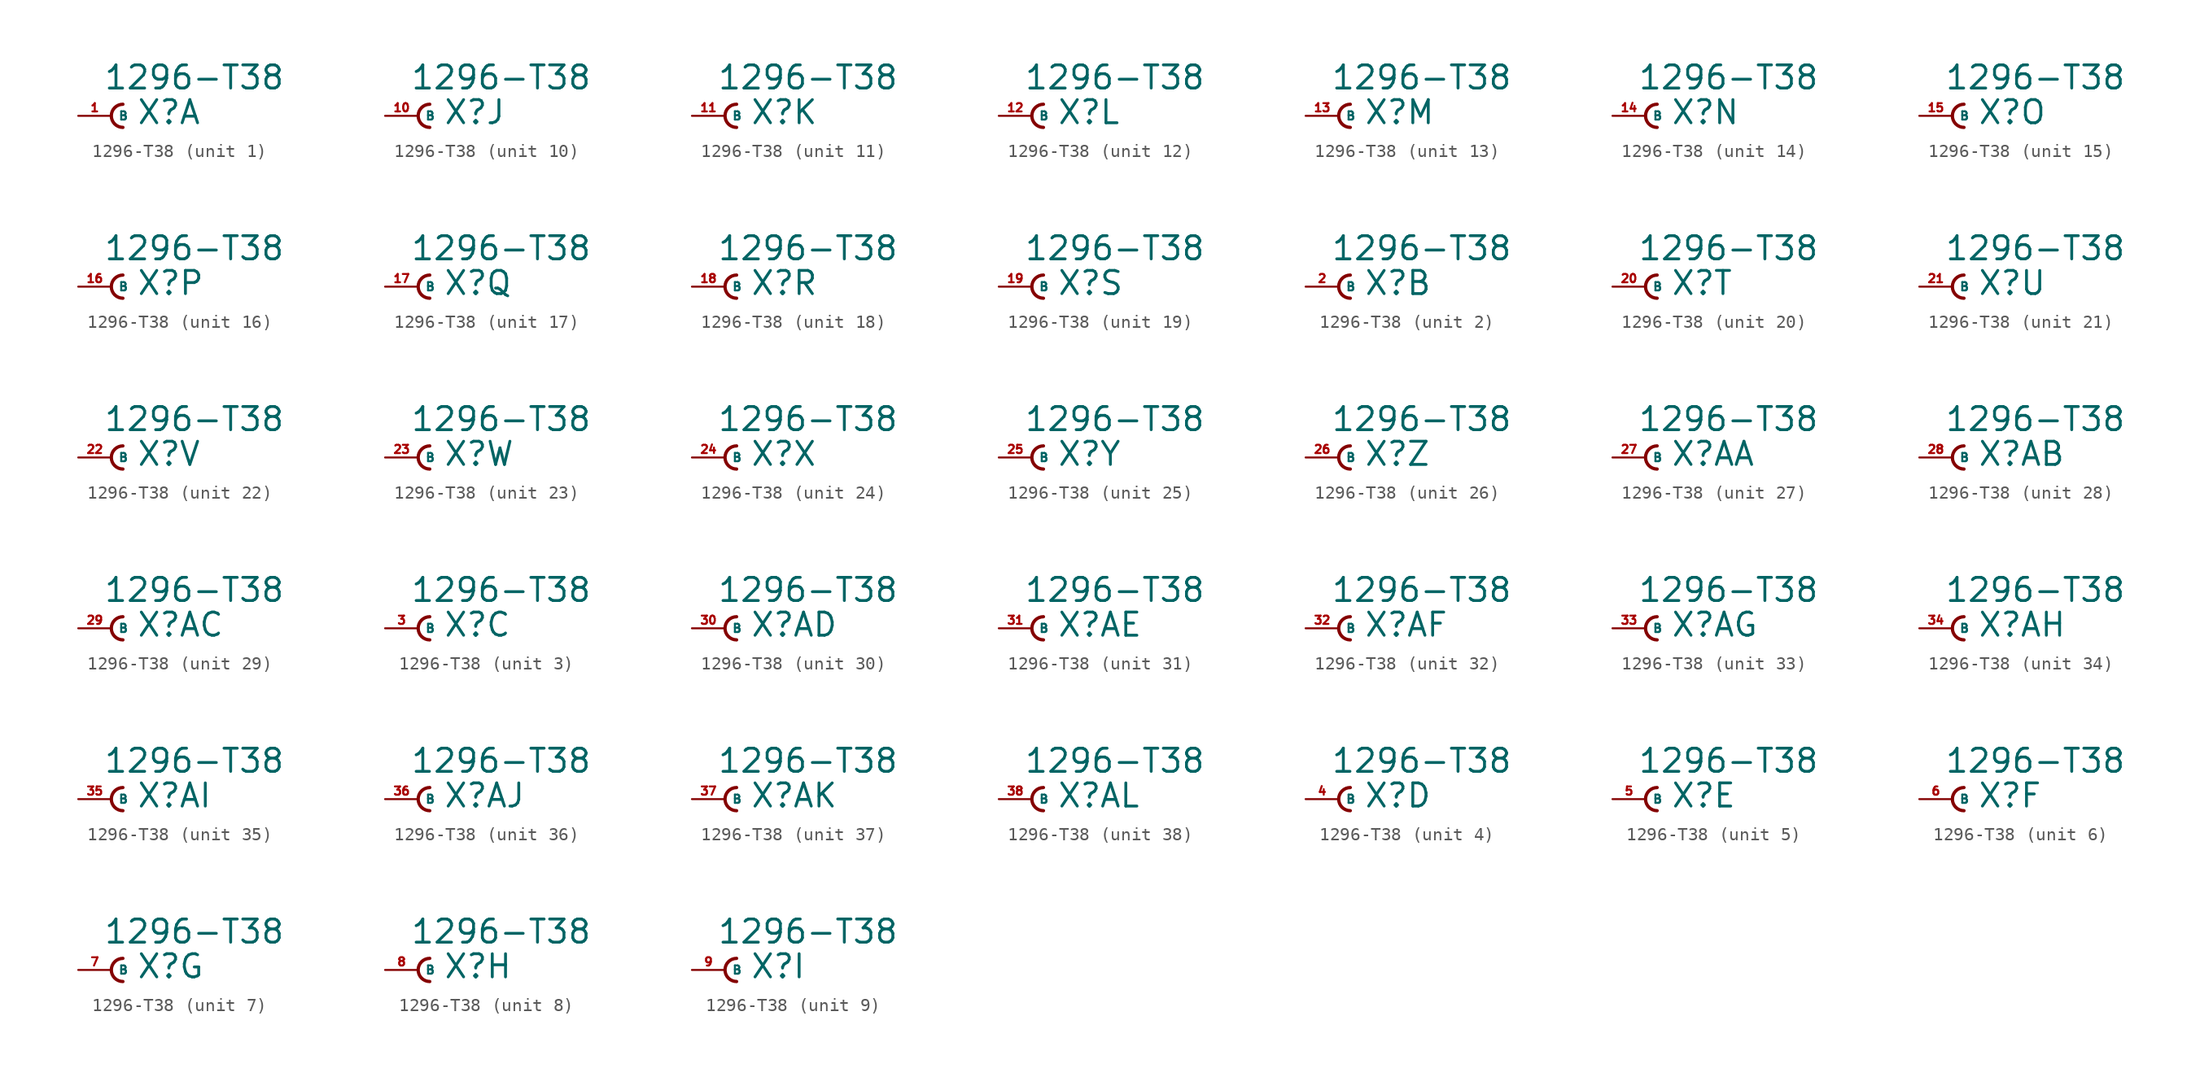
<source format=kicad_sym>
(kicad_symbol_lib
  (version 20220914)
  (generator Eagle2Kicad)
  (symbol "1296-T38"
    (property "Reference" "X"
      (at 1.905 -0.762 0)
      (effects (font (size 1.778 1.778) (thickness 0.22)) (justify left bottom)))
    (property "Value" "1296-T38"
      (at -0.635 1.905 0)
      (effects (font (size 1.778 1.778) (thickness 0.22)) (justify left bottom)))
    (symbol "1296-T38_1_0"
      (arc (start 0.889 0.889) (mid 0.000 0.000) (end 0.889 -0.889) (stroke (width 0.254) (type default)) (fill (type none)))
      (pin passive line (at -2.54 0 0) (length 2.54) (name "B" (effects (font (size 0.635 0.635) (thickness 0.08)) (justify left bottom))) (number "1" (effects (font (size 0.635 0.635) (thickness 0.08)) (justify left bottom)))))
    (symbol "1296-T38_2_0"
      (arc (start 0.889 0.889) (mid 0.000 0.000) (end 0.889 -0.889) (stroke (width 0.254) (type default)) (fill (type none)))
      (pin passive line (at -2.54 0 0) (length 2.54) (name "B" (effects (font (size 0.635 0.635) (thickness 0.08)) (justify left bottom))) (number "2" (effects (font (size 0.635 0.635) (thickness 0.08)) (justify left bottom)))))
    (symbol "1296-T38_3_0"
      (arc (start 0.889 0.889) (mid 0.000 0.000) (end 0.889 -0.889) (stroke (width 0.254) (type default)) (fill (type none)))
      (pin passive line (at -2.54 0 0) (length 2.54) (name "B" (effects (font (size 0.635 0.635) (thickness 0.08)) (justify left bottom))) (number "3" (effects (font (size 0.635 0.635) (thickness 0.08)) (justify left bottom)))))
    (symbol "1296-T38_4_0"
      (arc (start 0.889 0.889) (mid 0.000 0.000) (end 0.889 -0.889) (stroke (width 0.254) (type default)) (fill (type none)))
      (pin passive line (at -2.54 0 0) (length 2.54) (name "B" (effects (font (size 0.635 0.635) (thickness 0.08)) (justify left bottom))) (number "4" (effects (font (size 0.635 0.635) (thickness 0.08)) (justify left bottom)))))
    (symbol "1296-T38_5_0"
      (arc (start 0.889 0.889) (mid 0.000 0.000) (end 0.889 -0.889) (stroke (width 0.254) (type default)) (fill (type none)))
      (pin passive line (at -2.54 0 0) (length 2.54) (name "B" (effects (font (size 0.635 0.635) (thickness 0.08)) (justify left bottom))) (number "5" (effects (font (size 0.635 0.635) (thickness 0.08)) (justify left bottom)))))
    (symbol "1296-T38_6_0"
      (arc (start 0.889 0.889) (mid 0.000 0.000) (end 0.889 -0.889) (stroke (width 0.254) (type default)) (fill (type none)))
      (pin passive line (at -2.54 0 0) (length 2.54) (name "B" (effects (font (size 0.635 0.635) (thickness 0.08)) (justify left bottom))) (number "6" (effects (font (size 0.635 0.635) (thickness 0.08)) (justify left bottom)))))
    (symbol "1296-T38_7_0"
      (arc (start 0.889 0.889) (mid 0.000 0.000) (end 0.889 -0.889) (stroke (width 0.254) (type default)) (fill (type none)))
      (pin passive line (at -2.54 0 0) (length 2.54) (name "B" (effects (font (size 0.635 0.635) (thickness 0.08)) (justify left bottom))) (number "7" (effects (font (size 0.635 0.635) (thickness 0.08)) (justify left bottom)))))
    (symbol "1296-T38_8_0"
      (arc (start 0.889 0.889) (mid 0.000 0.000) (end 0.889 -0.889) (stroke (width 0.254) (type default)) (fill (type none)))
      (pin passive line (at -2.54 0 0) (length 2.54) (name "B" (effects (font (size 0.635 0.635) (thickness 0.08)) (justify left bottom))) (number "8" (effects (font (size 0.635 0.635) (thickness 0.08)) (justify left bottom)))))
    (symbol "1296-T38_9_0"
      (arc (start 0.889 0.889) (mid 0.000 0.000) (end 0.889 -0.889) (stroke (width 0.254) (type default)) (fill (type none)))
      (pin passive line (at -2.54 0 0) (length 2.54) (name "B" (effects (font (size 0.635 0.635) (thickness 0.08)) (justify left bottom))) (number "9" (effects (font (size 0.635 0.635) (thickness 0.08)) (justify left bottom)))))
    (symbol "1296-T38_10_0"
      (arc (start 0.889 0.889) (mid 0.000 0.000) (end 0.889 -0.889) (stroke (width 0.254) (type default)) (fill (type none)))
      (pin passive line (at -2.54 0 0) (length 2.54) (name "B" (effects (font (size 0.635 0.635) (thickness 0.08)) (justify left bottom))) (number "10" (effects (font (size 0.635 0.635) (thickness 0.08)) (justify left bottom)))))
    (symbol "1296-T38_11_0"
      (arc (start 0.889 0.889) (mid 0.000 0.000) (end 0.889 -0.889) (stroke (width 0.254) (type default)) (fill (type none)))
      (pin passive line (at -2.54 0 0) (length 2.54) (name "B" (effects (font (size 0.635 0.635) (thickness 0.08)) (justify left bottom))) (number "11" (effects (font (size 0.635 0.635) (thickness 0.08)) (justify left bottom)))))
    (symbol "1296-T38_12_0"
      (arc (start 0.889 0.889) (mid 0.000 0.000) (end 0.889 -0.889) (stroke (width 0.254) (type default)) (fill (type none)))
      (pin passive line (at -2.54 0 0) (length 2.54) (name "B" (effects (font (size 0.635 0.635) (thickness 0.08)) (justify left bottom))) (number "12" (effects (font (size 0.635 0.635) (thickness 0.08)) (justify left bottom)))))
    (symbol "1296-T38_13_0"
      (arc (start 0.889 0.889) (mid 0.000 0.000) (end 0.889 -0.889) (stroke (width 0.254) (type default)) (fill (type none)))
      (pin passive line (at -2.54 0 0) (length 2.54) (name "B" (effects (font (size 0.635 0.635) (thickness 0.08)) (justify left bottom))) (number "13" (effects (font (size 0.635 0.635) (thickness 0.08)) (justify left bottom)))))
    (symbol "1296-T38_14_0"
      (arc (start 0.889 0.889) (mid 0.000 0.000) (end 0.889 -0.889) (stroke (width 0.254) (type default)) (fill (type none)))
      (pin passive line (at -2.54 0 0) (length 2.54) (name "B" (effects (font (size 0.635 0.635) (thickness 0.08)) (justify left bottom))) (number "14" (effects (font (size 0.635 0.635) (thickness 0.08)) (justify left bottom)))))
    (symbol "1296-T38_15_0"
      (arc (start 0.889 0.889) (mid 0.000 0.000) (end 0.889 -0.889) (stroke (width 0.254) (type default)) (fill (type none)))
      (pin passive line (at -2.54 0 0) (length 2.54) (name "B" (effects (font (size 0.635 0.635) (thickness 0.08)) (justify left bottom))) (number "15" (effects (font (size 0.635 0.635) (thickness 0.08)) (justify left bottom)))))
    (symbol "1296-T38_16_0"
      (arc (start 0.889 0.889) (mid 0.000 0.000) (end 0.889 -0.889) (stroke (width 0.254) (type default)) (fill (type none)))
      (pin passive line (at -2.54 0 0) (length 2.54) (name "B" (effects (font (size 0.635 0.635) (thickness 0.08)) (justify left bottom))) (number "16" (effects (font (size 0.635 0.635) (thickness 0.08)) (justify left bottom)))))
    (symbol "1296-T38_17_0"
      (arc (start 0.889 0.889) (mid 0.000 0.000) (end 0.889 -0.889) (stroke (width 0.254) (type default)) (fill (type none)))
      (pin passive line (at -2.54 0 0) (length 2.54) (name "B" (effects (font (size 0.635 0.635) (thickness 0.08)) (justify left bottom))) (number "17" (effects (font (size 0.635 0.635) (thickness 0.08)) (justify left bottom)))))
    (symbol "1296-T38_18_0"
      (arc (start 0.889 0.889) (mid 0.000 0.000) (end 0.889 -0.889) (stroke (width 0.254) (type default)) (fill (type none)))
      (pin passive line (at -2.54 0 0) (length 2.54) (name "B" (effects (font (size 0.635 0.635) (thickness 0.08)) (justify left bottom))) (number "18" (effects (font (size 0.635 0.635) (thickness 0.08)) (justify left bottom)))))
    (symbol "1296-T38_19_0"
      (arc (start 0.889 0.889) (mid 0.000 0.000) (end 0.889 -0.889) (stroke (width 0.254) (type default)) (fill (type none)))
      (pin passive line (at -2.54 0 0) (length 2.54) (name "B" (effects (font (size 0.635 0.635) (thickness 0.08)) (justify left bottom))) (number "19" (effects (font (size 0.635 0.635) (thickness 0.08)) (justify left bottom)))))
    (symbol "1296-T38_20_0"
      (arc (start 0.889 0.889) (mid 0.000 0.000) (end 0.889 -0.889) (stroke (width 0.254) (type default)) (fill (type none)))
      (pin passive line (at -2.54 0 0) (length 2.54) (name "B" (effects (font (size 0.635 0.635) (thickness 0.08)) (justify left bottom))) (number "20" (effects (font (size 0.635 0.635) (thickness 0.08)) (justify left bottom)))))
    (symbol "1296-T38_21_0"
      (arc (start 0.889 0.889) (mid 0.000 0.000) (end 0.889 -0.889) (stroke (width 0.254) (type default)) (fill (type none)))
      (pin passive line (at -2.54 0 0) (length 2.54) (name "B" (effects (font (size 0.635 0.635) (thickness 0.08)) (justify left bottom))) (number "21" (effects (font (size 0.635 0.635) (thickness 0.08)) (justify left bottom)))))
    (symbol "1296-T38_22_0"
      (arc (start 0.889 0.889) (mid 0.000 0.000) (end 0.889 -0.889) (stroke (width 0.254) (type default)) (fill (type none)))
      (pin passive line (at -2.54 0 0) (length 2.54) (name "B" (effects (font (size 0.635 0.635) (thickness 0.08)) (justify left bottom))) (number "22" (effects (font (size 0.635 0.635) (thickness 0.08)) (justify left bottom)))))
    (symbol "1296-T38_23_0"
      (arc (start 0.889 0.889) (mid 0.000 0.000) (end 0.889 -0.889) (stroke (width 0.254) (type default)) (fill (type none)))
      (pin passive line (at -2.54 0 0) (length 2.54) (name "B" (effects (font (size 0.635 0.635) (thickness 0.08)) (justify left bottom))) (number "23" (effects (font (size 0.635 0.635) (thickness 0.08)) (justify left bottom)))))
    (symbol "1296-T38_24_0"
      (arc (start 0.889 0.889) (mid 0.000 0.000) (end 0.889 -0.889) (stroke (width 0.254) (type default)) (fill (type none)))
      (pin passive line (at -2.54 0 0) (length 2.54) (name "B" (effects (font (size 0.635 0.635) (thickness 0.08)) (justify left bottom))) (number "24" (effects (font (size 0.635 0.635) (thickness 0.08)) (justify left bottom)))))
    (symbol "1296-T38_25_0"
      (arc (start 0.889 0.889) (mid 0.000 0.000) (end 0.889 -0.889) (stroke (width 0.254) (type default)) (fill (type none)))
      (pin passive line (at -2.54 0 0) (length 2.54) (name "B" (effects (font (size 0.635 0.635) (thickness 0.08)) (justify left bottom))) (number "25" (effects (font (size 0.635 0.635) (thickness 0.08)) (justify left bottom)))))
    (symbol "1296-T38_26_0"
      (arc (start 0.889 0.889) (mid 0.000 0.000) (end 0.889 -0.889) (stroke (width 0.254) (type default)) (fill (type none)))
      (pin passive line (at -2.54 0 0) (length 2.54) (name "B" (effects (font (size 0.635 0.635) (thickness 0.08)) (justify left bottom))) (number "26" (effects (font (size 0.635 0.635) (thickness 0.08)) (justify left bottom)))))
    (symbol "1296-T38_27_0"
      (arc (start 0.889 0.889) (mid 0.000 0.000) (end 0.889 -0.889) (stroke (width 0.254) (type default)) (fill (type none)))
      (pin passive line (at -2.54 0 0) (length 2.54) (name "B" (effects (font (size 0.635 0.635) (thickness 0.08)) (justify left bottom))) (number "27" (effects (font (size 0.635 0.635) (thickness 0.08)) (justify left bottom)))))
    (symbol "1296-T38_28_0"
      (arc (start 0.889 0.889) (mid 0.000 0.000) (end 0.889 -0.889) (stroke (width 0.254) (type default)) (fill (type none)))
      (pin passive line (at -2.54 0 0) (length 2.54) (name "B" (effects (font (size 0.635 0.635) (thickness 0.08)) (justify left bottom))) (number "28" (effects (font (size 0.635 0.635) (thickness 0.08)) (justify left bottom)))))
    (symbol "1296-T38_29_0"
      (arc (start 0.889 0.889) (mid 0.000 0.000) (end 0.889 -0.889) (stroke (width 0.254) (type default)) (fill (type none)))
      (pin passive line (at -2.54 0 0) (length 2.54) (name "B" (effects (font (size 0.635 0.635) (thickness 0.08)) (justify left bottom))) (number "29" (effects (font (size 0.635 0.635) (thickness 0.08)) (justify left bottom)))))
    (symbol "1296-T38_30_0"
      (arc (start 0.889 0.889) (mid 0.000 0.000) (end 0.889 -0.889) (stroke (width 0.254) (type default)) (fill (type none)))
      (pin passive line (at -2.54 0 0) (length 2.54) (name "B" (effects (font (size 0.635 0.635) (thickness 0.08)) (justify left bottom))) (number "30" (effects (font (size 0.635 0.635) (thickness 0.08)) (justify left bottom)))))
    (symbol "1296-T38_31_0"
      (arc (start 0.889 0.889) (mid 0.000 0.000) (end 0.889 -0.889) (stroke (width 0.254) (type default)) (fill (type none)))
      (pin passive line (at -2.54 0 0) (length 2.54) (name "B" (effects (font (size 0.635 0.635) (thickness 0.08)) (justify left bottom))) (number "31" (effects (font (size 0.635 0.635) (thickness 0.08)) (justify left bottom)))))
    (symbol "1296-T38_32_0"
      (arc (start 0.889 0.889) (mid 0.000 0.000) (end 0.889 -0.889) (stroke (width 0.254) (type default)) (fill (type none)))
      (pin passive line (at -2.54 0 0) (length 2.54) (name "B" (effects (font (size 0.635 0.635) (thickness 0.08)) (justify left bottom))) (number "32" (effects (font (size 0.635 0.635) (thickness 0.08)) (justify left bottom)))))
    (symbol "1296-T38_33_0"
      (arc (start 0.889 0.889) (mid 0.000 0.000) (end 0.889 -0.889) (stroke (width 0.254) (type default)) (fill (type none)))
      (pin passive line (at -2.54 0 0) (length 2.54) (name "B" (effects (font (size 0.635 0.635) (thickness 0.08)) (justify left bottom))) (number "33" (effects (font (size 0.635 0.635) (thickness 0.08)) (justify left bottom)))))
    (symbol "1296-T38_34_0"
      (arc (start 0.889 0.889) (mid 0.000 0.000) (end 0.889 -0.889) (stroke (width 0.254) (type default)) (fill (type none)))
      (pin passive line (at -2.54 0 0) (length 2.54) (name "B" (effects (font (size 0.635 0.635) (thickness 0.08)) (justify left bottom))) (number "34" (effects (font (size 0.635 0.635) (thickness 0.08)) (justify left bottom)))))
    (symbol "1296-T38_35_0"
      (arc (start 0.889 0.889) (mid 0.000 0.000) (end 0.889 -0.889) (stroke (width 0.254) (type default)) (fill (type none)))
      (pin passive line (at -2.54 0 0) (length 2.54) (name "B" (effects (font (size 0.635 0.635) (thickness 0.08)) (justify left bottom))) (number "35" (effects (font (size 0.635 0.635) (thickness 0.08)) (justify left bottom)))))
    (symbol "1296-T38_36_0"
      (arc (start 0.889 0.889) (mid 0.000 0.000) (end 0.889 -0.889) (stroke (width 0.254) (type default)) (fill (type none)))
      (pin passive line (at -2.54 0 0) (length 2.54) (name "B" (effects (font (size 0.635 0.635) (thickness 0.08)) (justify left bottom))) (number "36" (effects (font (size 0.635 0.635) (thickness 0.08)) (justify left bottom)))))
    (symbol "1296-T38_37_0"
      (arc (start 0.889 0.889) (mid 0.000 0.000) (end 0.889 -0.889) (stroke (width 0.254) (type default)) (fill (type none)))
      (pin passive line (at -2.54 0 0) (length 2.54) (name "B" (effects (font (size 0.635 0.635) (thickness 0.08)) (justify left bottom))) (number "37" (effects (font (size 0.635 0.635) (thickness 0.08)) (justify left bottom)))))
    (symbol "1296-T38_38_0"
      (arc (start 0.889 0.889) (mid 0.000 0.000) (end 0.889 -0.889) (stroke (width 0.254) (type default)) (fill (type none)))
      (pin passive line (at -2.54 0 0) (length 2.54) (name "B" (effects (font (size 0.635 0.635) (thickness 0.08)) (justify left bottom))) (number "38" (effects (font (size 0.635 0.635) (thickness 0.08)) (justify left bottom)))))))
</source>
